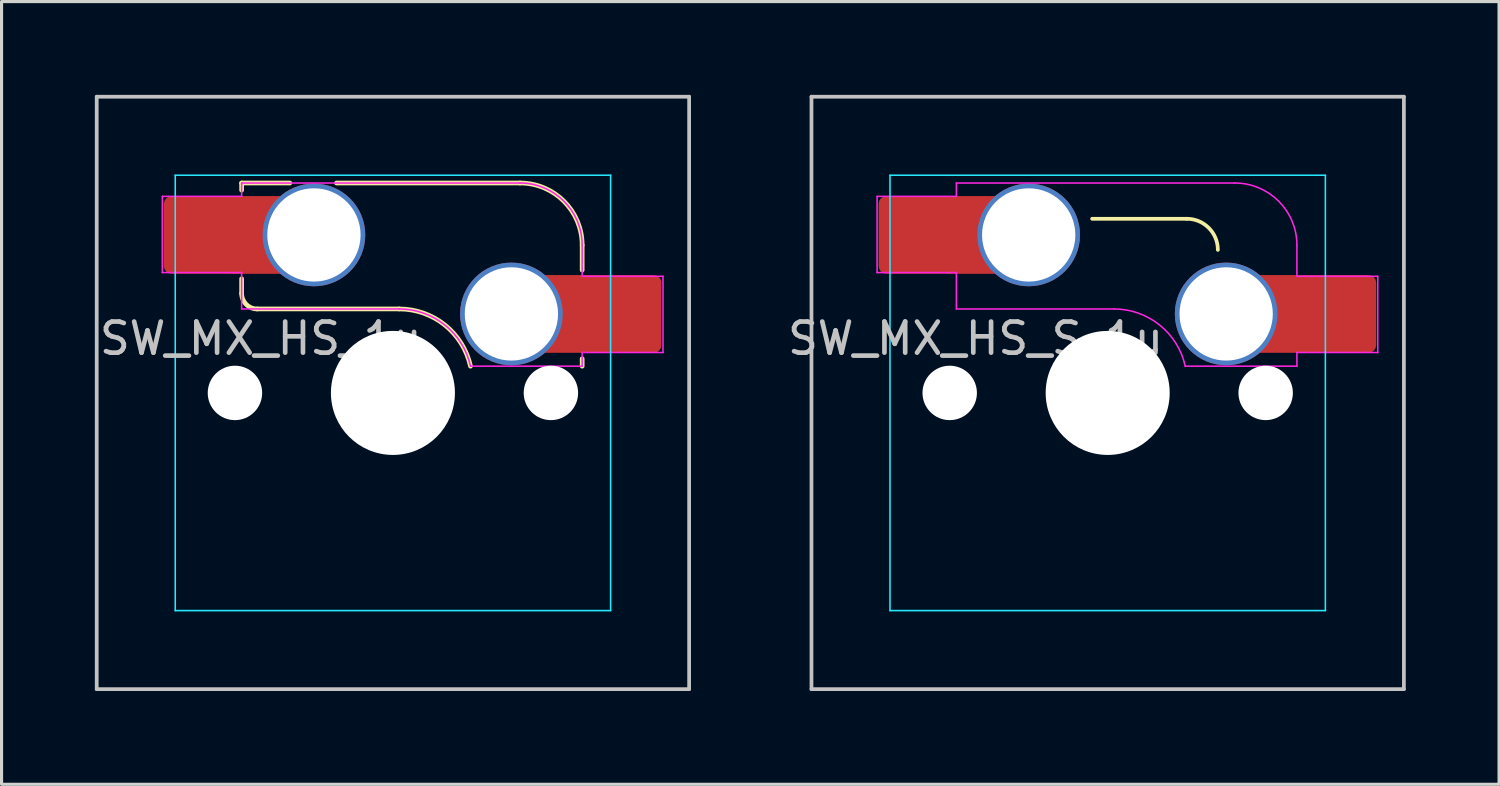
<source format=kicad_pcb>
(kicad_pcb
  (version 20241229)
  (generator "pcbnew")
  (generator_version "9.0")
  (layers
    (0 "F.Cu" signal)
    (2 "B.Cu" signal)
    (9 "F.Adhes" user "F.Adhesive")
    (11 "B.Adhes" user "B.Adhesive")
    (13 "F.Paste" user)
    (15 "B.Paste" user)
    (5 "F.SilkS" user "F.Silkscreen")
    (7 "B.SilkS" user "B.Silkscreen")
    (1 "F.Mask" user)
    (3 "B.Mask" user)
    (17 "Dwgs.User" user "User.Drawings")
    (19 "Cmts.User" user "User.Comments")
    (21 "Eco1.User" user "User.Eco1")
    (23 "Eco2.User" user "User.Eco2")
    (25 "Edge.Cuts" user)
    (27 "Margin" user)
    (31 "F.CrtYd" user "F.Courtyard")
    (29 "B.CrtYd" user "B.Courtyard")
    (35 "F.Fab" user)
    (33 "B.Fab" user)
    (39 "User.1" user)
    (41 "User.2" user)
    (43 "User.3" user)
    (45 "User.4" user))
  (footprint "SW_MX_HS_S_1u"
    (layer "F.Cu")
    (at 32.569 9.585)
    (property "Reference" "SW_MX_HS_S_1u" (at -4.25 -1.75 0) (layer "Dwgs.User") (effects (font (size 1 1) (thickness 0.15))))
    (attr smd)
    (fp_line (start -0.5 -5.6) (end 2.543 -5.6) (stroke (width 0.12) (type solid)) (layer "F.SilkS"))
    (fp_arc (start 2.542893 -5.6) (mid 3.25 -5.307107) (end 3.542893 -4.6) (stroke (width 0.12) (type solid)) (layer "F.SilkS"))
    (fp_line (start -9.525 -9.525) (end 9.525 -9.525) (stroke (width 0.12) (type solid)) (layer "Dwgs.User"))
    (fp_line (start -9.525 9.525) (end -9.525 -9.525) (stroke (width 0.12) (type solid)) (layer "Dwgs.User"))
    (fp_line (start 9.525 -9.525) (end 9.525 9.525) (stroke (width 0.12) (type solid)) (layer "Dwgs.User"))
    (fp_line (start 9.525 9.525) (end -9.525 9.525) (stroke (width 0.12) (type solid)) (layer "Dwgs.User"))
    (fp_line (start -7 -6.5) (end -7 6.5) (stroke (width 0.05) (type solid)) (layer "Eco2.User"))
    (fp_line (start -6.5 7) (end 6.5 7) (stroke (width 0.05) (type solid)) (layer "Eco2.User"))
    (fp_line (start 6.5 -7) (end -6.5 -7) (stroke (width 0.05) (type solid)) (layer "Eco2.User"))
    (fp_line (start 7 6.5) (end 7 -6.5) (stroke (width 0.05) (type solid)) (layer "Eco2.User"))
    (fp_arc (start -7 -6.5) (mid -6.853553 -6.853553) (end -6.5 -7) (stroke (width 0.05) (type solid)) (layer "Eco2.User"))
    (fp_arc (start -6.497236 6.998884) (mid -6.850789 6.852437) (end -6.997236 6.498884) (stroke (width 0.05) (type solid)) (layer "Eco2.User"))
    (fp_arc (start 6.5 -7) (mid 6.853553 -6.853553) (end 7 -6.5) (stroke (width 0.05) (type solid)) (layer "Eco2.User"))
    (fp_arc (start 7 6.5) (mid 6.853553 6.853553) (end 6.5 7) (stroke (width 0.05) (type solid)) (layer "Eco2.User"))
    (fp_line (start -7 -7) (end 7 -7) (stroke (width 0.05) (type solid)) (layer "B.CrtYd"))
    (fp_line (start -7 7) (end -7 -7) (stroke (width 0.05) (type solid)) (layer "B.CrtYd"))
    (fp_line (start 7 -7) (end 7 7) (stroke (width 0.05) (type solid)) (layer "B.CrtYd"))
    (fp_line (start 7 7) (end -7 7) (stroke (width 0.05) (type solid)) (layer "B.CrtYd"))
    (fp_line (start -7.415 -6.32) (end -4.865 -6.32) (stroke (width 0.05) (type solid)) (layer "F.CrtYd"))
    (fp_line (start -7.415 -3.87) (end -7.415 -6.32) (stroke (width 0.05) (type solid)) (layer "F.CrtYd"))
    (fp_line (start -4.865 -6.75) (end -4.865 -6.32) (stroke (width 0.05) (type solid)) (layer "F.CrtYd"))
    (fp_line (start -4.865 -3.87) (end -7.415 -3.87) (stroke (width 0.05) (type solid)) (layer "F.CrtYd"))
    (fp_line (start -4.865 -3.87) (end -4.865 -2.7) (stroke (width 0.05) (type solid)) (layer "F.CrtYd"))
    (fp_line (start -4.865 -2.7) (end 0.2 -2.7) (stroke (width 0.05) (type solid)) (layer "F.CrtYd"))
    (fp_line (start 4.085 -6.75) (end -4.865 -6.75) (stroke (width 0.05) (type solid)) (layer "F.CrtYd"))
    (fp_line (start 6.085 -3.75) (end 6.085 -4.75) (stroke (width 0.05) (type solid)) (layer "F.CrtYd"))
    (fp_line (start 6.085 -3.75) (end 8.685 -3.75) (stroke (width 0.05) (type solid)) (layer "F.CrtYd"))
    (fp_line (start 6.085 -1.3) (end 6.085 -0.86) (stroke (width 0.05) (type solid)) (layer "F.CrtYd"))
    (fp_line (start 6.085 -0.86) (end 2.494 -0.86) (stroke (width 0.05) (type solid)) (layer "F.CrtYd"))
    (fp_line (start 8.685 -3.75) (end 8.685 -1.3) (stroke (width 0.05) (type solid)) (layer "F.CrtYd"))
    (fp_line (start 8.685 -1.3) (end 6.085 -1.3) (stroke (width 0.05) (type solid)) (layer "F.CrtYd"))
    (fp_arc (start 0.2 -2.70022) (mid 1.670503 -2.183399) (end 2.494322 -0.86022) (stroke (width 0.05) (type solid)) (layer "F.CrtYd"))
    (fp_arc (start 4.085176 -6.75022) (mid 5.49939 -6.164434) (end 6.085176 -4.75022) (stroke (width 0.05) (type solid)) (layer "F.CrtYd"))
    (pad "" np_thru_hole circle (at -5.08 0) (size 1.75 1.75) (drill 1.75) (layers "*.Cu" "*.Mask"))
    (pad "" np_thru_hole circle (at 0 0) (size 3.988 3.988) (drill 3.988) (layers "*.Cu" "*.Mask"))
    (pad "" np_thru_hole circle (at 5.08 0) (size 1.75 1.75) (drill 1.75) (layers "*.Cu" "*.Mask"))
    (pad "1" thru_hole circle (at 3.81 -2.54) (size 3.3 3.3) (drill 3) (layers "*.Cu" "*.Mask"))
    (pad "1" smd rect (at 5.635 -2.54 180) (size 1.65 2.5) (layers "F.Cu"))
    (pad "1" smd roundrect (at 7.36 -2.54) (size 2.55 2.5) (layers "F.Cu" "F.Mask" "F.Paste") (roundrect_rratio 0.1))
    (pad "2" smd roundrect (at -6.09 -5.08) (size 2.55 2.5) (layers "F.Cu" "F.Mask" "F.Paste") (roundrect_rratio 0.1))
    (pad "2" smd rect (at -4.34 -5.08) (size 1.65 2.5) (layers "F.Cu"))
    (pad "2" thru_hole circle (at -2.54 -5.08) (size 3.3 3.3) (drill 3) (layers "*.Cu" "*.Mask")))
  (footprint "SW_MX_HS_1u"
    (layer "F.Cu")
    (at 9.585 9.585)
    (property "Reference" "SW_MX_HS_1u" (at -4.25 -1.75 0) (layer "Dwgs.User") (effects (font (size 1 1) (thickness 0.15))))
    (attr smd)
    (fp_line (start -4.865 -6.75) (end -4.865 -6.52) (stroke (width 0.15) (type solid)) (layer "F.SilkS"))
    (fp_line (start -4.865 -3.67) (end -4.865 -3.2) (stroke (width 0.15) (type solid)) (layer "F.SilkS"))
    (fp_line (start -4.365 -2.7) (end 0.2 -2.7) (stroke (width 0.15) (type solid)) (layer "F.SilkS"))
    (fp_line (start -3.315 -6.75) (end -4.865 -6.75) (stroke (width 0.15) (type solid)) (layer "F.SilkS"))
    (fp_line (start 4.085 -6.75) (end -1.815 -6.75) (stroke (width 0.15) (type solid)) (layer "F.SilkS"))
    (fp_line (start 6.085 -3.95) (end 6.085 -4.75) (stroke (width 0.15) (type solid)) (layer "F.SilkS"))
    (fp_line (start 6.085 -1.1) (end 6.085 -0.86) (stroke (width 0.15) (type solid)) (layer "F.SilkS"))
    (fp_arc (start -4.364824 -2.70022) (mid -4.718377 -2.846667) (end -4.864824 -3.20022) (stroke (width 0.15) (type solid)) (layer "F.SilkS"))
    (fp_arc (start 0.2 -2.70022) (mid 1.670693 -2.183637) (end 2.494322 -0.86022) (stroke (width 0.15) (type solid)) (layer "F.SilkS"))
    (fp_arc (start 4.085176 -6.75022) (mid 5.49939 -6.164434) (end 6.085176 -4.75022) (stroke (width 0.15) (type solid)) (layer "F.SilkS"))
    (fp_line (start -9.525 -9.525) (end 9.525 -9.525) (stroke (width 0.12) (type solid)) (layer "Dwgs.User"))
    (fp_line (start -9.525 9.525) (end -9.525 -9.525) (stroke (width 0.12) (type solid)) (layer "Dwgs.User"))
    (fp_line (start 9.525 -9.525) (end 9.525 9.525) (stroke (width 0.12) (type solid)) (layer "Dwgs.User"))
    (fp_line (start 9.525 9.525) (end -9.525 9.525) (stroke (width 0.12) (type solid)) (layer "Dwgs.User"))
    (fp_line (start -7 -6.5) (end -7 6.5) (stroke (width 0.05) (type solid)) (layer "Eco2.User"))
    (fp_line (start -6.5 7) (end 6.5 7) (stroke (width 0.05) (type solid)) (layer "Eco2.User"))
    (fp_line (start 6.5 -7) (end -6.5 -7) (stroke (width 0.05) (type solid)) (layer "Eco2.User"))
    (fp_line (start 7 6.5) (end 7 -6.5) (stroke (width 0.05) (type solid)) (layer "Eco2.User"))
    (fp_arc (start -7 -6.5) (mid -6.853553 -6.853553) (end -6.5 -7) (stroke (width 0.05) (type solid)) (layer "Eco2.User"))
    (fp_arc (start -6.497236 6.998884) (mid -6.850789 6.852437) (end -6.997236 6.498884) (stroke (width 0.05) (type solid)) (layer "Eco2.User"))
    (fp_arc (start 6.5 -7) (mid 6.853553 -6.853553) (end 7 -6.5) (stroke (width 0.05) (type solid)) (layer "Eco2.User"))
    (fp_arc (start 7 6.5) (mid 6.853553 6.853553) (end 6.5 7) (stroke (width 0.05) (type solid)) (layer "Eco2.User"))
    (fp_line (start -7 -7) (end 7 -7) (stroke (width 0.05) (type solid)) (layer "B.CrtYd"))
    (fp_line (start -7 7) (end -7 -7) (stroke (width 0.05) (type solid)) (layer "B.CrtYd"))
    (fp_line (start 7 -7) (end 7 7) (stroke (width 0.05) (type solid)) (layer "B.CrtYd"))
    (fp_line (start 7 7) (end -7 7) (stroke (width 0.05) (type solid)) (layer "B.CrtYd"))
    (fp_line (start -7.415 -6.32) (end -4.865 -6.32) (stroke (width 0.05) (type solid)) (layer "F.CrtYd"))
    (fp_line (start -7.415 -3.87) (end -7.415 -6.32) (stroke (width 0.05) (type solid)) (layer "F.CrtYd"))
    (fp_line (start -4.865 -6.75) (end -4.865 -6.32) (stroke (width 0.05) (type solid)) (layer "F.CrtYd"))
    (fp_line (start -4.865 -3.87) (end -7.415 -3.87) (stroke (width 0.05) (type solid)) (layer "F.CrtYd"))
    (fp_line (start -4.865 -3.87) (end -4.865 -2.7) (stroke (width 0.05) (type solid)) (layer "F.CrtYd"))
    (fp_line (start -4.865 -2.7) (end 0.2 -2.7) (stroke (width 0.05) (type solid)) (layer "F.CrtYd"))
    (fp_line (start 4.085 -6.75) (end -4.865 -6.75) (stroke (width 0.05) (type solid)) (layer "F.CrtYd"))
    (fp_line (start 6.085 -3.75) (end 6.085 -4.75) (stroke (width 0.05) (type solid)) (layer "F.CrtYd"))
    (fp_line (start 6.085 -3.75) (end 8.685 -3.75) (stroke (width 0.05) (type solid)) (layer "F.CrtYd"))
    (fp_line (start 6.085 -1.3) (end 6.085 -0.86) (stroke (width 0.05) (type solid)) (layer "F.CrtYd"))
    (fp_line (start 6.085 -0.86) (end 2.494 -0.86) (stroke (width 0.05) (type solid)) (layer "F.CrtYd"))
    (fp_line (start 8.685 -3.75) (end 8.685 -1.3) (stroke (width 0.05) (type solid)) (layer "F.CrtYd"))
    (fp_line (start 8.685 -1.3) (end 6.085 -1.3) (stroke (width 0.05) (type solid)) (layer "F.CrtYd"))
    (fp_arc (start 0.2 -2.70022) (mid 1.670503 -2.183399) (end 2.494322 -0.86022) (stroke (width 0.05) (type solid)) (layer "F.CrtYd"))
    (fp_arc (start 4.085176 -6.75022) (mid 5.49939 -6.164434) (end 6.085176 -4.75022) (stroke (width 0.05) (type solid)) (layer "F.CrtYd"))
    (pad "" np_thru_hole circle (at -5.08 0) (size 1.75 1.75) (drill 1.75) (layers "*.Cu" "*.Mask"))
    (pad "" np_thru_hole circle (at 0 0) (size 3.988 3.988) (drill 3.988) (layers "*.Cu" "*.Mask"))
    (pad "" np_thru_hole circle (at 5.08 0) (size 1.75 1.75) (drill 1.75) (layers "*.Cu" "*.Mask"))
    (pad "1" thru_hole circle (at 3.81 -2.54) (size 3.3 3.3) (drill 3) (layers "*.Cu" "*.Mask"))
    (pad "1" smd rect (at 5.635 -2.54 180) (size 1.65 2.5) (layers "F.Cu"))
    (pad "1" smd roundrect (at 7.36 -2.54) (size 2.55 2.5) (layers "F.Cu" "F.Mask" "F.Paste") (roundrect_rratio 0.1))
    (pad "2" smd roundrect (at -6.09 -5.08) (size 2.55 2.5) (layers "F.Cu" "F.Mask" "F.Paste") (roundrect_rratio 0.1))
    (pad "2" smd rect (at -4.34 -5.08) (size 1.65 2.5) (layers "F.Cu"))
    (pad "2" thru_hole circle (at -2.54 -5.08) (size 3.3 3.3) (drill 3) (layers "*.Cu" "*.Mask")))
  (gr_rect
    (start -3 -3)
    (end 45.154 22.17)
    (stroke (width 0.1) (type default))
    (fill no)
    (layer "Edge.Cuts")))
</source>
